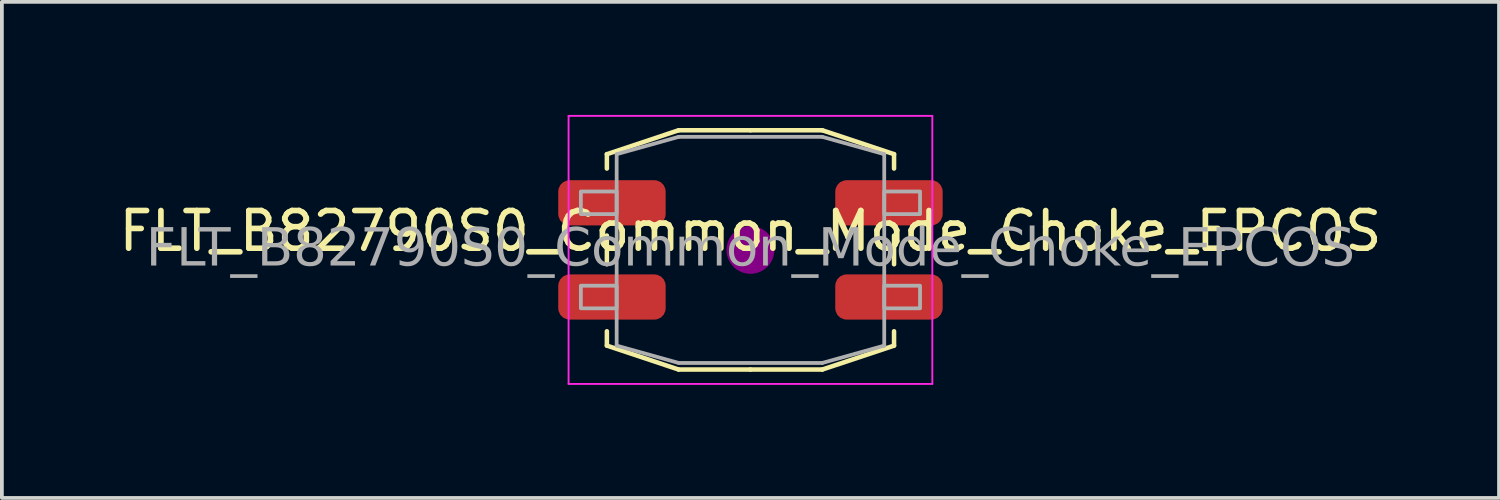
<source format=kicad_pcb>
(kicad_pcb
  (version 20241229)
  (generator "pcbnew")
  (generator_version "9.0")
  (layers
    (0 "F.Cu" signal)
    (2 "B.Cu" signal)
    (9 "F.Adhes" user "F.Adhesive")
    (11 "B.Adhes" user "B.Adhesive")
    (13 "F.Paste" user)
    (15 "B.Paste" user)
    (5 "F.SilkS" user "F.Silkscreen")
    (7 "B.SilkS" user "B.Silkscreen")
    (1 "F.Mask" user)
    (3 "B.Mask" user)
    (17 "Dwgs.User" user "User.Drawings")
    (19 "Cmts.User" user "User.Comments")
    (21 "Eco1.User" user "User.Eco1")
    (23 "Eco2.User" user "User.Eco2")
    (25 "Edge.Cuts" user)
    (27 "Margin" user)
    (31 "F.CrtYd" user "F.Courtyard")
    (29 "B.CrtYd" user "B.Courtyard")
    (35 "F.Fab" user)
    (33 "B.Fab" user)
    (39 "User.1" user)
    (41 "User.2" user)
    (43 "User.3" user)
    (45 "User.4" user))
  (footprint "FLT_B82790S0_Common_Mode_Choke_EPCOS"
    (layer "F.Cu")
    (at 16.863 3.581)
    (property "Reference" "FLT_B82790S0_Common_Mode_Choke_EPCOS" (at 0 -0.5 0) (unlocked yes) (layer "F.SilkS") (effects (font (size 1 1) (thickness 0.15))))
    (attr smd)
    (fp_line (start -3.81 -2.54) (end -3.81 -2.159) (stroke (width 0.12) (type solid)) (layer "F.SilkS"))
    (fp_line (start -3.81 -0.381) (end -3.81 0.381) (stroke (width 0.12) (type solid)) (layer "F.SilkS"))
    (fp_line (start -3.81 2.54) (end -3.81 2.159) (stroke (width 0.12) (type solid)) (layer "F.SilkS"))
    (fp_line (start -1.905 -3.175) (end -3.81 -2.54) (stroke (width 0.12) (type solid)) (layer "F.SilkS"))
    (fp_line (start -1.905 3.175) (end -3.81 2.54) (stroke (width 0.12) (type solid)) (layer "F.SilkS"))
    (fp_line (start 0 -3.175) (end -1.905 -3.175) (stroke (width 0.12) (type solid)) (layer "F.SilkS"))
    (fp_line (start 0 -3.175) (end 1.905 -3.175) (stroke (width 0.12) (type solid)) (layer "F.SilkS"))
    (fp_line (start 0 3.175) (end -1.905 3.175) (stroke (width 0.12) (type solid)) (layer "F.SilkS"))
    (fp_line (start 0 3.175) (end 1.905 3.175) (stroke (width 0.12) (type solid)) (layer "F.SilkS"))
    (fp_line (start 1.905 -3.175) (end 3.81 -2.54) (stroke (width 0.12) (type solid)) (layer "F.SilkS"))
    (fp_line (start 1.905 3.175) (end 3.81 2.54) (stroke (width 0.12) (type solid)) (layer "F.SilkS"))
    (fp_line (start 3.81 -2.54) (end 3.81 -2.159) (stroke (width 0.12) (type solid)) (layer "F.SilkS"))
    (fp_line (start 3.81 -0.381) (end 3.81 0.381) (stroke (width 0.12) (type solid)) (layer "F.SilkS"))
    (fp_line (start 3.81 2.54) (end 3.81 2.159) (stroke (width 0.12) (type solid)) (layer "F.SilkS"))
    (fp_circle (center 0 0) (end 0.635 0) (stroke (width 0) (type solid)) (fill yes) (layer "F.Adhes"))
    (fp_line (start -4.826 -3.556) (end 4.826 -3.556) (stroke (width 0.05) (type solid)) (layer "F.CrtYd"))
    (fp_line (start -4.826 3.556) (end -4.826 -3.556) (stroke (width 0.05) (type solid)) (layer "F.CrtYd"))
    (fp_line (start 4.826 -3.556) (end 4.826 3.556) (stroke (width 0.05) (type solid)) (layer "F.CrtYd"))
    (fp_line (start 4.826 3.556) (end -4.826 3.556) (stroke (width 0.05) (type solid)) (layer "F.CrtYd"))
    (fp_line (start -3.55 2.54) (end -3.55 -2.54) (stroke (width 0.1) (type solid)) (layer "F.Fab"))
    (fp_line (start -1.905 -3) (end -3.55 -2.54) (stroke (width 0.1) (type default)) (layer "F.Fab"))
    (fp_line (start -1.905 3) (end -3.55 2.54) (stroke (width 0.1) (type default)) (layer "F.Fab"))
    (fp_line (start 1.905 -3) (end -1.905 -3) (stroke (width 0.1) (type solid)) (layer "F.Fab"))
    (fp_line (start 1.905 3) (end -1.905 3) (stroke (width 0.1) (type solid)) (layer "F.Fab"))
    (fp_line (start 1.905 3) (end 3.55 2.54) (stroke (width 0.1) (type default)) (layer "F.Fab"))
    (fp_line (start 3.55 -2.54) (end 1.905 -3) (stroke (width 0.1) (type default)) (layer "F.Fab"))
    (fp_line (start 3.55 -2.54) (end 3.55 2.54) (stroke (width 0.1) (type solid)) (layer "F.Fab"))
    (fp_rect (start -4.5 -1.55) (end -3.55 -0.95) (stroke (width 0.1) (type solid)) (fill no) (layer "F.Fab"))
    (fp_rect (start -4.5 0.95) (end -3.55 1.55) (stroke (width 0.1) (type solid)) (fill no) (layer "F.Fab"))
    (fp_rect (start 4.5 -1.55) (end 3.55 -0.95) (stroke (width 0.1) (type solid)) (fill no) (layer "F.Fab"))
    (fp_rect (start 4.5 0.95) (end 3.55 1.55) (stroke (width 0.1) (type solid)) (fill no) (layer "F.Fab"))
    (fp_text user "${REFERENCE}" (at 0 0 0) (layer "F.Fab") (effects (font (face "Tahoma") (size 1 1) (thickness 0.15))))
    (pad "1" smd roundrect (at -3.675 1.25) (size 2.85 1.2) (layers "F.Cu" "F.Mask" "F.Paste") (roundrect_rratio 0.25))
    (pad "2" smd roundrect (at 3.675 1.25) (size 2.85 1.2) (layers "F.Cu" "F.Mask" "F.Paste") (roundrect_rratio 0.25))
    (pad "3" smd roundrect (at 3.675 -1.25) (size 2.85 1.2) (layers "F.Cu" "F.Mask" "F.Paste") (roundrect_rratio 0.25))
    (pad "4" smd roundrect (at -3.675 -1.25) (size 2.85 1.2) (layers "F.Cu" "F.Mask" "F.Paste") (roundrect_rratio 0.25)))
  (gr_rect
    (start -3 -3)
    (end 36.726 10.162)
    (stroke (width 0.1) (type default))
    (fill no)
    (layer "Edge.Cuts")))
</source>
